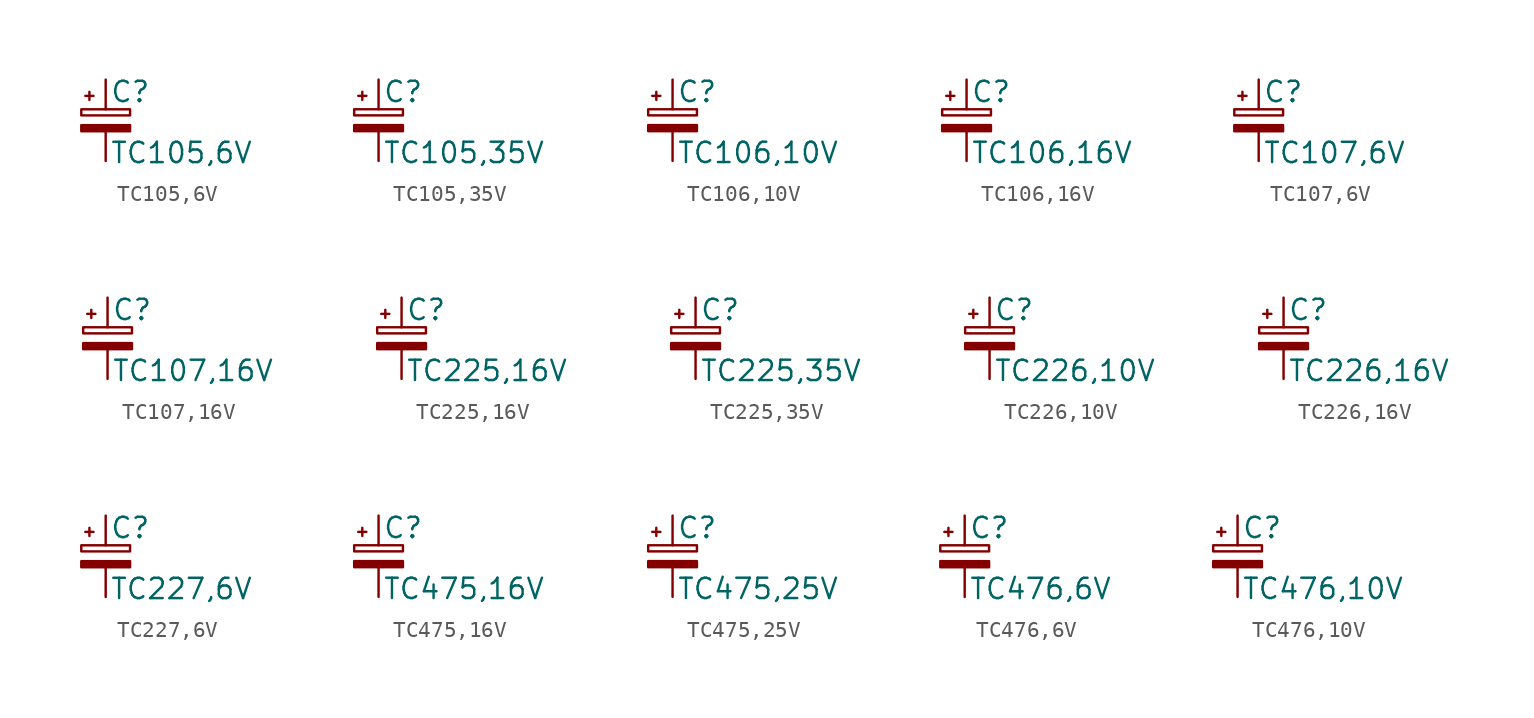
<source format=kicad_sym>
(kicad_symbol_lib
  (version 20211014)
  (generator kicad_symbol_editor)
  (symbol "TC105,6V"
    (pin_numbers hide)
    (pin_names
      (offset 0.254) hide)
    (property "Reference" "C"
      (at 0.254 1.778 0)
      (effects (font (size 1.27 1.27)) (justify left)))
    (property "Value" "TC105,6V"
      (at 0.254 -2.032 0)
      (effects (font (size 1.27 1.27)) (justify left)))
    (symbol "TC105,6V_0_1"
      (rectangle (start -1.524 -0.305) (end 1.524 -0.686) (stroke (width 0) (type default) (color 0 0 0 0)) (fill (type outline)))
      (rectangle (start -1.524 0.686) (end 1.524 0.305) (stroke (width 0) (type default) (color 0 0 0 0)) (fill (type none)))
      (polyline (pts (xy -1.27 1.524) (xy -0.762 1.524)) (stroke (width 0) (type default) (color 0 0 0 0)) (fill (type none)))
      (polyline (pts (xy -1.016 1.27) (xy -1.016 1.778)) (stroke (width 0) (type default) (color 0 0 0 0)) (fill (type none))))
    (symbol "TC105,6V_1_1"
      (pin passive line (at 0 2.54 270) (length 1.854) (name "~" (effects (font (size 1.27 1.27)))) (number "1" (effects (font (size 1.27 1.27)))))
      (pin passive line (at 0 -2.54 90) (length 1.854) (name "~" (effects (font (size 1.27 1.27)))) (number "2" (effects (font (size 1.27 1.27)))))))
  (symbol "TC105,35V"
    (pin_numbers hide)
    (pin_names
      (offset 0.254) hide)
    (property "Reference" "C"
      (at 0.254 1.778 0)
      (effects (font (size 1.27 1.27)) (justify left)))
    (property "Value" "TC105,35V"
      (at 0.254 -2.032 0)
      (effects (font (size 1.27 1.27)) (justify left)))
    (symbol "TC105,35V_0_1"
      (rectangle (start -1.524 -0.305) (end 1.524 -0.686) (stroke (width 0) (type default) (color 0 0 0 0)) (fill (type outline)))
      (rectangle (start -1.524 0.686) (end 1.524 0.305) (stroke (width 0) (type default) (color 0 0 0 0)) (fill (type none)))
      (polyline (pts (xy -1.27 1.524) (xy -0.762 1.524)) (stroke (width 0) (type default) (color 0 0 0 0)) (fill (type none)))
      (polyline (pts (xy -1.016 1.27) (xy -1.016 1.778)) (stroke (width 0) (type default) (color 0 0 0 0)) (fill (type none))))
    (symbol "TC105,35V_1_1"
      (pin passive line (at 0 2.54 270) (length 1.854) (name "~" (effects (font (size 1.27 1.27)))) (number "1" (effects (font (size 1.27 1.27)))))
      (pin passive line (at 0 -2.54 90) (length 1.854) (name "~" (effects (font (size 1.27 1.27)))) (number "2" (effects (font (size 1.27 1.27)))))))
  (symbol "TC106,10V"
    (pin_numbers hide)
    (pin_names
      (offset 0.254) hide)
    (property "Reference" "C"
      (at 0.254 1.778 0)
      (effects (font (size 1.27 1.27)) (justify left)))
    (property "Value" "TC106,10V"
      (at 0.254 -2.032 0)
      (effects (font (size 1.27 1.27)) (justify left)))
    (symbol "TC106,10V_0_1"
      (rectangle (start -1.524 -0.305) (end 1.524 -0.686) (stroke (width 0) (type default) (color 0 0 0 0)) (fill (type outline)))
      (rectangle (start -1.524 0.686) (end 1.524 0.305) (stroke (width 0) (type default) (color 0 0 0 0)) (fill (type none)))
      (polyline (pts (xy -1.27 1.524) (xy -0.762 1.524)) (stroke (width 0) (type default) (color 0 0 0 0)) (fill (type none)))
      (polyline (pts (xy -1.016 1.27) (xy -1.016 1.778)) (stroke (width 0) (type default) (color 0 0 0 0)) (fill (type none))))
    (symbol "TC106,10V_1_1"
      (pin passive line (at 0 2.54 270) (length 1.854) (name "~" (effects (font (size 1.27 1.27)))) (number "1" (effects (font (size 1.27 1.27)))))
      (pin passive line (at 0 -2.54 90) (length 1.854) (name "~" (effects (font (size 1.27 1.27)))) (number "2" (effects (font (size 1.27 1.27)))))))
  (symbol "TC106,16V"
    (pin_numbers hide)
    (pin_names
      (offset 0.254) hide)
    (property "Reference" "C"
      (at 0.254 1.778 0)
      (effects (font (size 1.27 1.27)) (justify left)))
    (property "Value" "TC106,16V"
      (at 0.254 -2.032 0)
      (effects (font (size 1.27 1.27)) (justify left)))
    (symbol "TC106,16V_0_1"
      (rectangle (start -1.524 -0.305) (end 1.524 -0.686) (stroke (width 0) (type default) (color 0 0 0 0)) (fill (type outline)))
      (rectangle (start -1.524 0.686) (end 1.524 0.305) (stroke (width 0) (type default) (color 0 0 0 0)) (fill (type none)))
      (polyline (pts (xy -1.27 1.524) (xy -0.762 1.524)) (stroke (width 0) (type default) (color 0 0 0 0)) (fill (type none)))
      (polyline (pts (xy -1.016 1.27) (xy -1.016 1.778)) (stroke (width 0) (type default) (color 0 0 0 0)) (fill (type none))))
    (symbol "TC106,16V_1_1"
      (pin passive line (at 0 2.54 270) (length 1.854) (name "~" (effects (font (size 1.27 1.27)))) (number "1" (effects (font (size 1.27 1.27)))))
      (pin passive line (at 0 -2.54 90) (length 1.854) (name "~" (effects (font (size 1.27 1.27)))) (number "2" (effects (font (size 1.27 1.27)))))))
  (symbol "TC107,6V"
    (pin_numbers hide)
    (pin_names
      (offset 0.254) hide)
    (property "Reference" "C"
      (at 0.254 1.778 0)
      (effects (font (size 1.27 1.27)) (justify left)))
    (property "Value" "TC107,6V"
      (at 0.254 -2.032 0)
      (effects (font (size 1.27 1.27)) (justify left)))
    (symbol "TC107,6V_0_1"
      (rectangle (start -1.524 -0.305) (end 1.524 -0.686) (stroke (width 0) (type default) (color 0 0 0 0)) (fill (type outline)))
      (rectangle (start -1.524 0.686) (end 1.524 0.305) (stroke (width 0) (type default) (color 0 0 0 0)) (fill (type none)))
      (polyline (pts (xy -1.27 1.524) (xy -0.762 1.524)) (stroke (width 0) (type default) (color 0 0 0 0)) (fill (type none)))
      (polyline (pts (xy -1.016 1.27) (xy -1.016 1.778)) (stroke (width 0) (type default) (color 0 0 0 0)) (fill (type none))))
    (symbol "TC107,6V_1_1"
      (pin passive line (at 0 2.54 270) (length 1.854) (name "~" (effects (font (size 1.27 1.27)))) (number "1" (effects (font (size 1.27 1.27)))))
      (pin passive line (at 0 -2.54 90) (length 1.854) (name "~" (effects (font (size 1.27 1.27)))) (number "2" (effects (font (size 1.27 1.27)))))))
  (symbol "TC107,16V"
    (pin_numbers hide)
    (pin_names
      (offset 0.254) hide)
    (property "Reference" "C"
      (at 0.254 1.778 0)
      (effects (font (size 1.27 1.27)) (justify left)))
    (property "Value" "TC107,16V"
      (at 0.254 -2.032 0)
      (effects (font (size 1.27 1.27)) (justify left)))
    (symbol "TC107,16V_0_1"
      (rectangle (start -1.524 -0.305) (end 1.524 -0.686) (stroke (width 0) (type default) (color 0 0 0 0)) (fill (type outline)))
      (rectangle (start -1.524 0.686) (end 1.524 0.305) (stroke (width 0) (type default) (color 0 0 0 0)) (fill (type none)))
      (polyline (pts (xy -1.27 1.524) (xy -0.762 1.524)) (stroke (width 0) (type default) (color 0 0 0 0)) (fill (type none)))
      (polyline (pts (xy -1.016 1.27) (xy -1.016 1.778)) (stroke (width 0) (type default) (color 0 0 0 0)) (fill (type none))))
    (symbol "TC107,16V_1_1"
      (pin passive line (at 0 2.54 270) (length 1.854) (name "~" (effects (font (size 1.27 1.27)))) (number "1" (effects (font (size 1.27 1.27)))))
      (pin passive line (at 0 -2.54 90) (length 1.854) (name "~" (effects (font (size 1.27 1.27)))) (number "2" (effects (font (size 1.27 1.27)))))))
  (symbol "TC225,16V"
    (pin_numbers hide)
    (pin_names
      (offset 0.254) hide)
    (property "Reference" "C"
      (at 0.254 1.778 0)
      (effects (font (size 1.27 1.27)) (justify left)))
    (property "Value" "TC225,16V"
      (at 0.254 -2.032 0)
      (effects (font (size 1.27 1.27)) (justify left)))
    (symbol "TC225,16V_0_1"
      (rectangle (start -1.524 -0.305) (end 1.524 -0.686) (stroke (width 0) (type default) (color 0 0 0 0)) (fill (type outline)))
      (rectangle (start -1.524 0.686) (end 1.524 0.305) (stroke (width 0) (type default) (color 0 0 0 0)) (fill (type none)))
      (polyline (pts (xy -1.27 1.524) (xy -0.762 1.524)) (stroke (width 0) (type default) (color 0 0 0 0)) (fill (type none)))
      (polyline (pts (xy -1.016 1.27) (xy -1.016 1.778)) (stroke (width 0) (type default) (color 0 0 0 0)) (fill (type none))))
    (symbol "TC225,16V_1_1"
      (pin passive line (at 0 2.54 270) (length 1.854) (name "~" (effects (font (size 1.27 1.27)))) (number "1" (effects (font (size 1.27 1.27)))))
      (pin passive line (at 0 -2.54 90) (length 1.854) (name "~" (effects (font (size 1.27 1.27)))) (number "2" (effects (font (size 1.27 1.27)))))))
  (symbol "TC225,35V"
    (pin_numbers hide)
    (pin_names
      (offset 0.254) hide)
    (property "Reference" "C"
      (at 0.254 1.778 0)
      (effects (font (size 1.27 1.27)) (justify left)))
    (property "Value" "TC225,35V"
      (at 0.254 -2.032 0)
      (effects (font (size 1.27 1.27)) (justify left)))
    (symbol "TC225,35V_0_1"
      (rectangle (start -1.524 -0.305) (end 1.524 -0.686) (stroke (width 0) (type default) (color 0 0 0 0)) (fill (type outline)))
      (rectangle (start -1.524 0.686) (end 1.524 0.305) (stroke (width 0) (type default) (color 0 0 0 0)) (fill (type none)))
      (polyline (pts (xy -1.27 1.524) (xy -0.762 1.524)) (stroke (width 0) (type default) (color 0 0 0 0)) (fill (type none)))
      (polyline (pts (xy -1.016 1.27) (xy -1.016 1.778)) (stroke (width 0) (type default) (color 0 0 0 0)) (fill (type none))))
    (symbol "TC225,35V_1_1"
      (pin passive line (at 0 2.54 270) (length 1.854) (name "~" (effects (font (size 1.27 1.27)))) (number "1" (effects (font (size 1.27 1.27)))))
      (pin passive line (at 0 -2.54 90) (length 1.854) (name "~" (effects (font (size 1.27 1.27)))) (number "2" (effects (font (size 1.27 1.27)))))))
  (symbol "TC226,10V"
    (pin_numbers hide)
    (pin_names
      (offset 0.254) hide)
    (property "Reference" "C"
      (at 0.254 1.778 0)
      (effects (font (size 1.27 1.27)) (justify left)))
    (property "Value" "TC226,10V"
      (at 0.254 -2.032 0)
      (effects (font (size 1.27 1.27)) (justify left)))
    (symbol "TC226,10V_0_1"
      (rectangle (start -1.524 -0.305) (end 1.524 -0.686) (stroke (width 0) (type default) (color 0 0 0 0)) (fill (type outline)))
      (rectangle (start -1.524 0.686) (end 1.524 0.305) (stroke (width 0) (type default) (color 0 0 0 0)) (fill (type none)))
      (polyline (pts (xy -1.27 1.524) (xy -0.762 1.524)) (stroke (width 0) (type default) (color 0 0 0 0)) (fill (type none)))
      (polyline (pts (xy -1.016 1.27) (xy -1.016 1.778)) (stroke (width 0) (type default) (color 0 0 0 0)) (fill (type none))))
    (symbol "TC226,10V_1_1"
      (pin passive line (at 0 2.54 270) (length 1.854) (name "~" (effects (font (size 1.27 1.27)))) (number "1" (effects (font (size 1.27 1.27)))))
      (pin passive line (at 0 -2.54 90) (length 1.854) (name "~" (effects (font (size 1.27 1.27)))) (number "2" (effects (font (size 1.27 1.27)))))))
  (symbol "TC226,16V"
    (pin_numbers hide)
    (pin_names
      (offset 0.254) hide)
    (property "Reference" "C"
      (at 0.254 1.778 0)
      (effects (font (size 1.27 1.27)) (justify left)))
    (property "Value" "TC226,16V"
      (at 0.254 -2.032 0)
      (effects (font (size 1.27 1.27)) (justify left)))
    (symbol "TC226,16V_0_1"
      (rectangle (start -1.524 -0.305) (end 1.524 -0.686) (stroke (width 0) (type default) (color 0 0 0 0)) (fill (type outline)))
      (rectangle (start -1.524 0.686) (end 1.524 0.305) (stroke (width 0) (type default) (color 0 0 0 0)) (fill (type none)))
      (polyline (pts (xy -1.27 1.524) (xy -0.762 1.524)) (stroke (width 0) (type default) (color 0 0 0 0)) (fill (type none)))
      (polyline (pts (xy -1.016 1.27) (xy -1.016 1.778)) (stroke (width 0) (type default) (color 0 0 0 0)) (fill (type none))))
    (symbol "TC226,16V_1_1"
      (pin passive line (at 0 2.54 270) (length 1.854) (name "~" (effects (font (size 1.27 1.27)))) (number "1" (effects (font (size 1.27 1.27)))))
      (pin passive line (at 0 -2.54 90) (length 1.854) (name "~" (effects (font (size 1.27 1.27)))) (number "2" (effects (font (size 1.27 1.27)))))))
  (symbol "TC227,6V"
    (pin_numbers hide)
    (pin_names
      (offset 0.254) hide)
    (property "Reference" "C"
      (at 0.254 1.778 0)
      (effects (font (size 1.27 1.27)) (justify left)))
    (property "Value" "TC227,6V"
      (at 0.254 -2.032 0)
      (effects (font (size 1.27 1.27)) (justify left)))
    (symbol "TC227,6V_0_1"
      (rectangle (start -1.524 -0.305) (end 1.524 -0.686) (stroke (width 0) (type default) (color 0 0 0 0)) (fill (type outline)))
      (rectangle (start -1.524 0.686) (end 1.524 0.305) (stroke (width 0) (type default) (color 0 0 0 0)) (fill (type none)))
      (polyline (pts (xy -1.27 1.524) (xy -0.762 1.524)) (stroke (width 0) (type default) (color 0 0 0 0)) (fill (type none)))
      (polyline (pts (xy -1.016 1.27) (xy -1.016 1.778)) (stroke (width 0) (type default) (color 0 0 0 0)) (fill (type none))))
    (symbol "TC227,6V_1_1"
      (pin passive line (at 0 2.54 270) (length 1.854) (name "~" (effects (font (size 1.27 1.27)))) (number "1" (effects (font (size 1.27 1.27)))))
      (pin passive line (at 0 -2.54 90) (length 1.854) (name "~" (effects (font (size 1.27 1.27)))) (number "2" (effects (font (size 1.27 1.27)))))))
  (symbol "TC475,16V"
    (pin_numbers hide)
    (pin_names
      (offset 0.254) hide)
    (property "Reference" "C"
      (at 0.254 1.778 0)
      (effects (font (size 1.27 1.27)) (justify left)))
    (property "Value" "TC475,16V"
      (at 0.254 -2.032 0)
      (effects (font (size 1.27 1.27)) (justify left)))
    (symbol "TC475,16V_0_1"
      (rectangle (start -1.524 -0.305) (end 1.524 -0.686) (stroke (width 0) (type default) (color 0 0 0 0)) (fill (type outline)))
      (rectangle (start -1.524 0.686) (end 1.524 0.305) (stroke (width 0) (type default) (color 0 0 0 0)) (fill (type none)))
      (polyline (pts (xy -1.27 1.524) (xy -0.762 1.524)) (stroke (width 0) (type default) (color 0 0 0 0)) (fill (type none)))
      (polyline (pts (xy -1.016 1.27) (xy -1.016 1.778)) (stroke (width 0) (type default) (color 0 0 0 0)) (fill (type none))))
    (symbol "TC475,16V_1_1"
      (pin passive line (at 0 2.54 270) (length 1.854) (name "~" (effects (font (size 1.27 1.27)))) (number "1" (effects (font (size 1.27 1.27)))))
      (pin passive line (at 0 -2.54 90) (length 1.854) (name "~" (effects (font (size 1.27 1.27)))) (number "2" (effects (font (size 1.27 1.27)))))))
  (symbol "TC475,25V"
    (pin_numbers hide)
    (pin_names
      (offset 0.254) hide)
    (property "Reference" "C"
      (at 0.254 1.778 0)
      (effects (font (size 1.27 1.27)) (justify left)))
    (property "Value" "TC475,25V"
      (at 0.254 -2.032 0)
      (effects (font (size 1.27 1.27)) (justify left)))
    (symbol "TC475,25V_0_1"
      (rectangle (start -1.524 -0.305) (end 1.524 -0.686) (stroke (width 0) (type default) (color 0 0 0 0)) (fill (type outline)))
      (rectangle (start -1.524 0.686) (end 1.524 0.305) (stroke (width 0) (type default) (color 0 0 0 0)) (fill (type none)))
      (polyline (pts (xy -1.27 1.524) (xy -0.762 1.524)) (stroke (width 0) (type default) (color 0 0 0 0)) (fill (type none)))
      (polyline (pts (xy -1.016 1.27) (xy -1.016 1.778)) (stroke (width 0) (type default) (color 0 0 0 0)) (fill (type none))))
    (symbol "TC475,25V_1_1"
      (pin passive line (at 0 2.54 270) (length 1.854) (name "~" (effects (font (size 1.27 1.27)))) (number "1" (effects (font (size 1.27 1.27)))))
      (pin passive line (at 0 -2.54 90) (length 1.854) (name "~" (effects (font (size 1.27 1.27)))) (number "2" (effects (font (size 1.27 1.27)))))))
  (symbol "TC476,6V"
    (pin_numbers hide)
    (pin_names
      (offset 0.254) hide)
    (property "Reference" "C"
      (at 0.254 1.778 0)
      (effects (font (size 1.27 1.27)) (justify left)))
    (property "Value" "TC476,6V"
      (at 0.254 -2.032 0)
      (effects (font (size 1.27 1.27)) (justify left)))
    (symbol "TC476,6V_0_1"
      (rectangle (start -1.524 -0.305) (end 1.524 -0.686) (stroke (width 0) (type default) (color 0 0 0 0)) (fill (type outline)))
      (rectangle (start -1.524 0.686) (end 1.524 0.305) (stroke (width 0) (type default) (color 0 0 0 0)) (fill (type none)))
      (polyline (pts (xy -1.27 1.524) (xy -0.762 1.524)) (stroke (width 0) (type default) (color 0 0 0 0)) (fill (type none)))
      (polyline (pts (xy -1.016 1.27) (xy -1.016 1.778)) (stroke (width 0) (type default) (color 0 0 0 0)) (fill (type none))))
    (symbol "TC476,6V_1_1"
      (pin passive line (at 0 2.54 270) (length 1.854) (name "~" (effects (font (size 1.27 1.27)))) (number "1" (effects (font (size 1.27 1.27)))))
      (pin passive line (at 0 -2.54 90) (length 1.854) (name "~" (effects (font (size 1.27 1.27)))) (number "2" (effects (font (size 1.27 1.27)))))))
  (symbol "TC476,10V"
    (pin_numbers hide)
    (pin_names
      (offset 0.254) hide)
    (property "Reference" "C"
      (at 0.254 1.778 0)
      (effects (font (size 1.27 1.27)) (justify left)))
    (property "Value" "TC476,10V"
      (at 0.254 -2.032 0)
      (effects (font (size 1.27 1.27)) (justify left)))
    (symbol "TC476,10V_0_1"
      (rectangle (start -1.524 -0.305) (end 1.524 -0.686) (stroke (width 0) (type default) (color 0 0 0 0)) (fill (type outline)))
      (rectangle (start -1.524 0.686) (end 1.524 0.305) (stroke (width 0) (type default) (color 0 0 0 0)) (fill (type none)))
      (polyline (pts (xy -1.27 1.524) (xy -0.762 1.524)) (stroke (width 0) (type default) (color 0 0 0 0)) (fill (type none)))
      (polyline (pts (xy -1.016 1.27) (xy -1.016 1.778)) (stroke (width 0) (type default) (color 0 0 0 0)) (fill (type none))))
    (symbol "TC476,10V_1_1"
      (pin passive line (at 0 2.54 270) (length 1.854) (name "~" (effects (font (size 1.27 1.27)))) (number "1" (effects (font (size 1.27 1.27)))))
      (pin passive line (at 0 -2.54 90) (length 1.854) (name "~" (effects (font (size 1.27 1.27)))) (number "2" (effects (font (size 1.27 1.27))))))))
</source>
